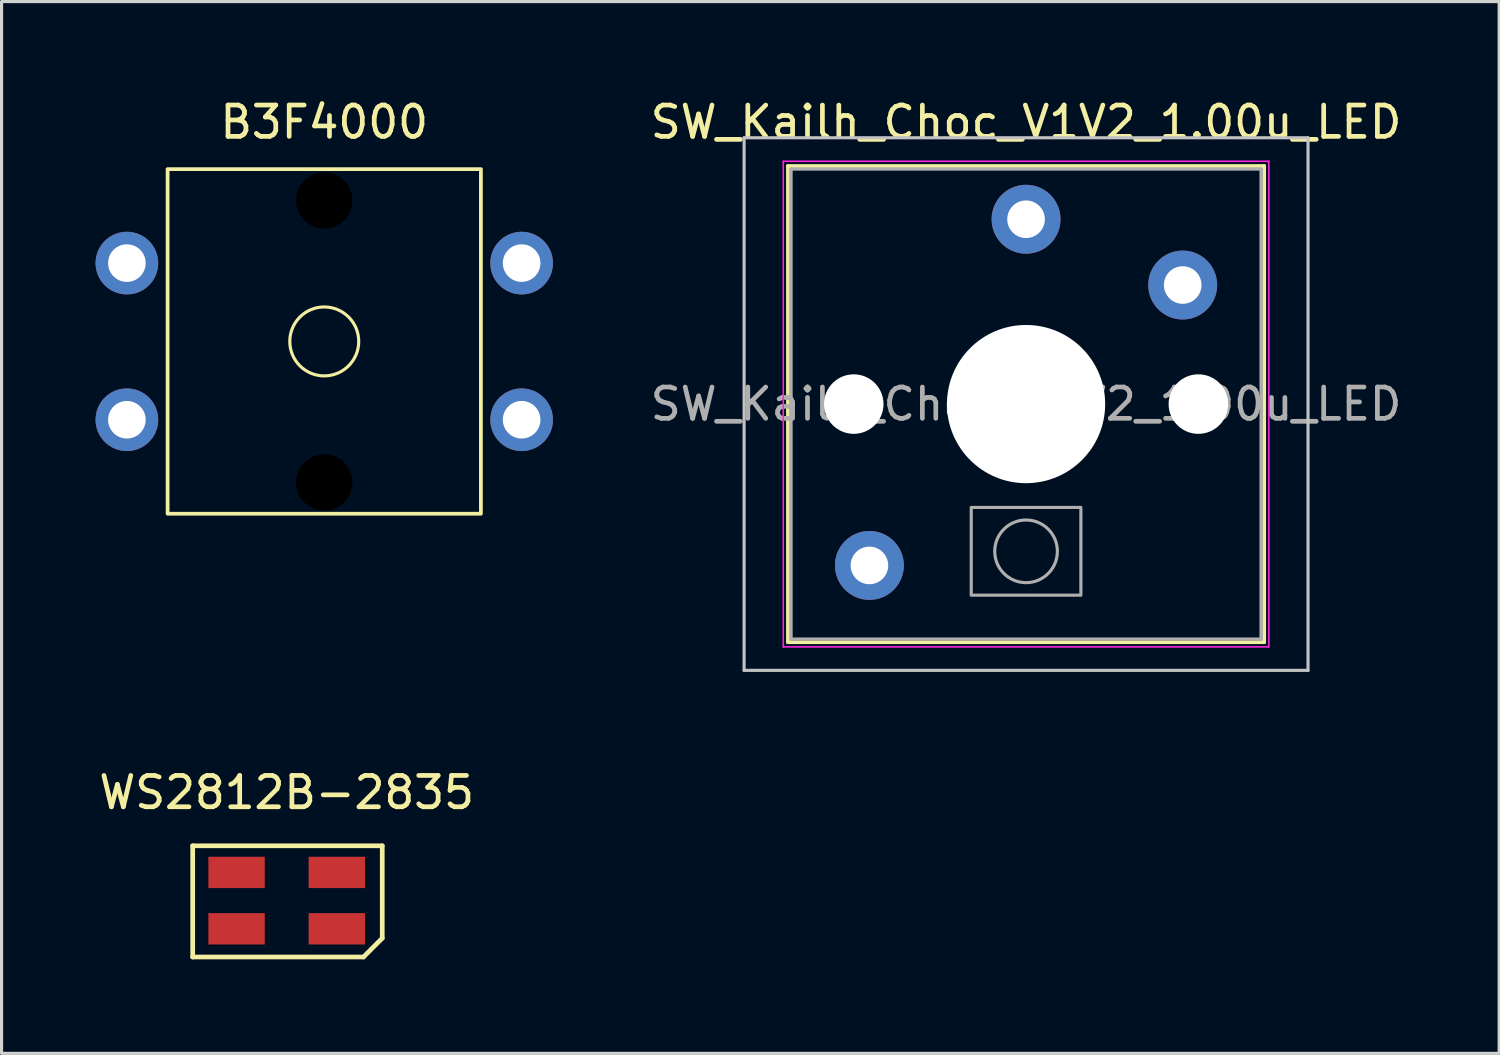
<source format=kicad_pcb>
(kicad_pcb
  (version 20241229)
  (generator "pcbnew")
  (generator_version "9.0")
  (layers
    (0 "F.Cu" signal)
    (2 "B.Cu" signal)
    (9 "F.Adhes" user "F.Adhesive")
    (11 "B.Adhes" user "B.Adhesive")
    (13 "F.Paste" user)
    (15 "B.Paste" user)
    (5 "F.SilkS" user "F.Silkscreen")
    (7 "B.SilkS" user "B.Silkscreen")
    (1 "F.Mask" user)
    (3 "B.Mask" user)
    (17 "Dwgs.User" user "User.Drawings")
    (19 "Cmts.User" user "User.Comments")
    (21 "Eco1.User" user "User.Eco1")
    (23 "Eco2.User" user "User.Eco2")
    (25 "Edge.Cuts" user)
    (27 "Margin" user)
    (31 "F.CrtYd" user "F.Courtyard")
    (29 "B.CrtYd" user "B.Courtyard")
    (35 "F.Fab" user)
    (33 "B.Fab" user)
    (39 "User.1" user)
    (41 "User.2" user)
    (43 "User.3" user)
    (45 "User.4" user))
  (footprint "WS2812B-2835"
    (layer "F.Cu")
    (at 6.101 25.697)
    (property "Reference" "WS2812B-2835" (at 0 -3.45 0) (unlocked yes) (layer "F.SilkS") (effects (font (size 1 1) (thickness 0.15))))
    (attr smd)
    (fp_line (start -3 -1.75) (end -3 1.8) (stroke (width 0.15) (type solid)) (layer "F.SilkS"))
    (fp_line (start -3 -1.75) (end 3.05 -1.75) (stroke (width 0.15) (type solid)) (layer "F.SilkS"))
    (fp_line (start -3 1.8) (end 2.45 1.8) (stroke (width 0.15) (type solid)) (layer "F.SilkS"))
    (fp_line (start 2.45 1.8) (end 3.05 1.2) (stroke (width 0.15) (type solid)) (layer "F.SilkS"))
    (fp_line (start 3.05 -1.75) (end 3.05 1.2) (stroke (width 0.15) (type solid)) (layer "F.SilkS"))
    (pad "G" smd rect (at 1.6 0.9) (size 1.8 1) (layers "F.Cu" "F.Mask" "F.Paste"))
    (pad "I" smd rect (at 1.6 -0.9) (size 1.8 1) (layers "F.Cu" "F.Mask" "F.Paste"))
    (pad "O" smd rect (at -1.6 0.9) (size 1.8 1) (layers "F.Cu" "F.Mask" "F.Paste"))
    (pad "V" smd rect (at -1.6 -0.9) (size 1.8 1) (layers "F.Cu" "F.Mask" "F.Paste")))
  (footprint "B3F4000"
    (layer "F.Cu")
    (at 7.3 7.848)
    (property "Reference" "B3F4000" (at 0 -7 0) (layer "F.SilkS") (effects (font (size 1 1) (thickness 0.15))))
    (attr smd)
    (fp_rect (start -5 -5.5) (end 5 5.5) (stroke (width 0.12) (type solid)) (fill no) (layer "F.SilkS"))
    (fp_circle (center 0 0) (end 1.1 0) (stroke (width 0.1) (type solid)) (fill no) (layer "F.SilkS"))
    (pad "" np_thru_hole oval (at 0 -4.5 90) (size 1.8 1.8) (drill 1.8) (layers "*.Mask"))
    (pad "" np_thru_hole oval (at 0 4.5 90) (size 1.8 1.8) (drill 1.8) (layers "*.Mask"))
    (pad "1" thru_hole oval (at -6.3 -2.5 90) (size 2 2) (drill 1.2) (layers "*.Cu" "*.Mask"))
    (pad "1" thru_hole oval (at 6.3 -2.5 90) (size 2 2) (drill 1.2) (layers "*.Cu" "*.Mask"))
    (pad "2" thru_hole oval (at -6.3 2.5 90) (size 2 2) (drill 1.2) (layers "*.Cu" "*.Mask"))
    (pad "2" thru_hole oval (at 6.3 2.5 90) (size 2 2) (drill 1.2) (layers "*.Cu" "*.Mask")))
  (footprint "SW_Kailh_Choc_V1V2_1.00u_LED"
    (layer "F.Cu")
    (at 29.701 9.848)
    (property "Reference" "SW_Kailh_Choc_V1V2_1.00u_LED" (at 0 -9 0) (layer "F.SilkS") (effects (font (size 1 1) (thickness 0.15))))
    (attr through_hole)
    (fp_line (start -7.6 -7.6) (end -7.6 7.6) (stroke (width 0.12) (type solid)) (layer "F.SilkS"))
    (fp_line (start -7.6 7.6) (end 7.6 7.6) (stroke (width 0.12) (type solid)) (layer "F.SilkS"))
    (fp_line (start 7.6 -7.6) (end -7.6 -7.6) (stroke (width 0.12) (type solid)) (layer "F.SilkS"))
    (fp_line (start 7.6 7.6) (end 7.6 -7.6) (stroke (width 0.12) (type solid)) (layer "F.SilkS"))
    (fp_line (start -9 -8.5) (end -9 8.5) (stroke (width 0.1) (type solid)) (layer "Dwgs.User"))
    (fp_line (start -9 8.5) (end 9 8.5) (stroke (width 0.1) (type solid)) (layer "Dwgs.User"))
    (fp_line (start 9 -8.5) (end -9 -8.5) (stroke (width 0.1) (type solid)) (layer "Dwgs.User"))
    (fp_line (start 9 8.5) (end 9 -8.5) (stroke (width 0.1) (type solid)) (layer "Dwgs.User"))
    (fp_line (start -7.25 -7.25) (end -7.25 7.25) (stroke (width 0.1) (type solid)) (layer "Eco1.User"))
    (fp_line (start -7.25 7.25) (end 7.25 7.25) (stroke (width 0.1) (type solid)) (layer "Eco1.User"))
    (fp_line (start 7.25 -7.25) (end -7.25 -7.25) (stroke (width 0.1) (type solid)) (layer "Eco1.User"))
    (fp_line (start 7.25 7.25) (end 7.25 -7.25) (stroke (width 0.1) (type solid)) (layer "Eco1.User"))
    (fp_line (start -7.75 -7.75) (end -7.75 7.75) (stroke (width 0.05) (type solid)) (layer "F.CrtYd"))
    (fp_line (start -7.75 7.75) (end 7.75 7.75) (stroke (width 0.05) (type solid)) (layer "F.CrtYd"))
    (fp_line (start 7.75 -7.75) (end -7.75 -7.75) (stroke (width 0.05) (type solid)) (layer "F.CrtYd"))
    (fp_line (start 7.75 7.75) (end 7.75 -7.75) (stroke (width 0.05) (type solid)) (layer "F.CrtYd"))
    (fp_line (start -7.5 -7.5) (end -7.5 7.5) (stroke (width 0.1) (type solid)) (layer "F.Fab"))
    (fp_line (start -7.5 7.5) (end 7.5 7.5) (stroke (width 0.1) (type solid)) (layer "F.Fab"))
    (fp_line (start 7.5 -7.5) (end -7.5 -7.5) (stroke (width 0.1) (type solid)) (layer "F.Fab"))
    (fp_line (start 7.5 7.5) (end 7.5 -7.5) (stroke (width 0.1) (type solid)) (layer "F.Fab"))
    (fp_rect (start -1.75 3.3) (end 1.75 6.1) (stroke (width 0.1) (type solid)) (fill no) (layer "F.Fab"))
    (fp_circle (center 0 4.7) (end 1 4.7) (stroke (width 0.1) (type solid)) (fill no) (layer "F.Fab"))
    (fp_text user "${REFERENCE}" (at 0 0 0) (layer "F.Fab") (effects (font (size 1 1) (thickness 0.15))))
    (pad "" np_thru_hole circle (at -5.5 0) (size 1.9 1.9) (drill 1.9) (layers "*.Cu" "*.Mask"))
    (pad "" thru_hole circle (at -5 5.15) (size 2.2 2.2) (drill 1.2) (layers "*.Cu" "B.Mask"))
    (pad "" smd circle (at 0 -5.9) (size 1.25 1.25) (layers "F.Mask"))
    (pad "" np_thru_hole circle (at 0 0) (size 5.05 5.05) (drill 5.05) (layers "*.Cu" "*.Mask"))
    (pad "" smd circle (at 5 -3.8) (size 1.25 1.25) (layers "F.Mask"))
    (pad "" np_thru_hole circle (at 5.5 0) (size 1.9 1.9) (drill 1.9) (layers "*.Cu" "*.Mask"))
    (pad "1" thru_hole circle (at 0 -5.9) (size 2.2 2.2) (drill 1.2) (layers "*.Cu" "B.Mask"))
    (pad "2" thru_hole circle (at 5 -3.8) (size 2.2 2.2) (drill 1.2) (layers "*.Cu" "B.Mask")))
  (gr_rect
    (start -3 -3)
    (end 44.802 30.572)
    (stroke (width 0.1) (type default))
    (fill no)
    (layer "Edge.Cuts")))
</source>
